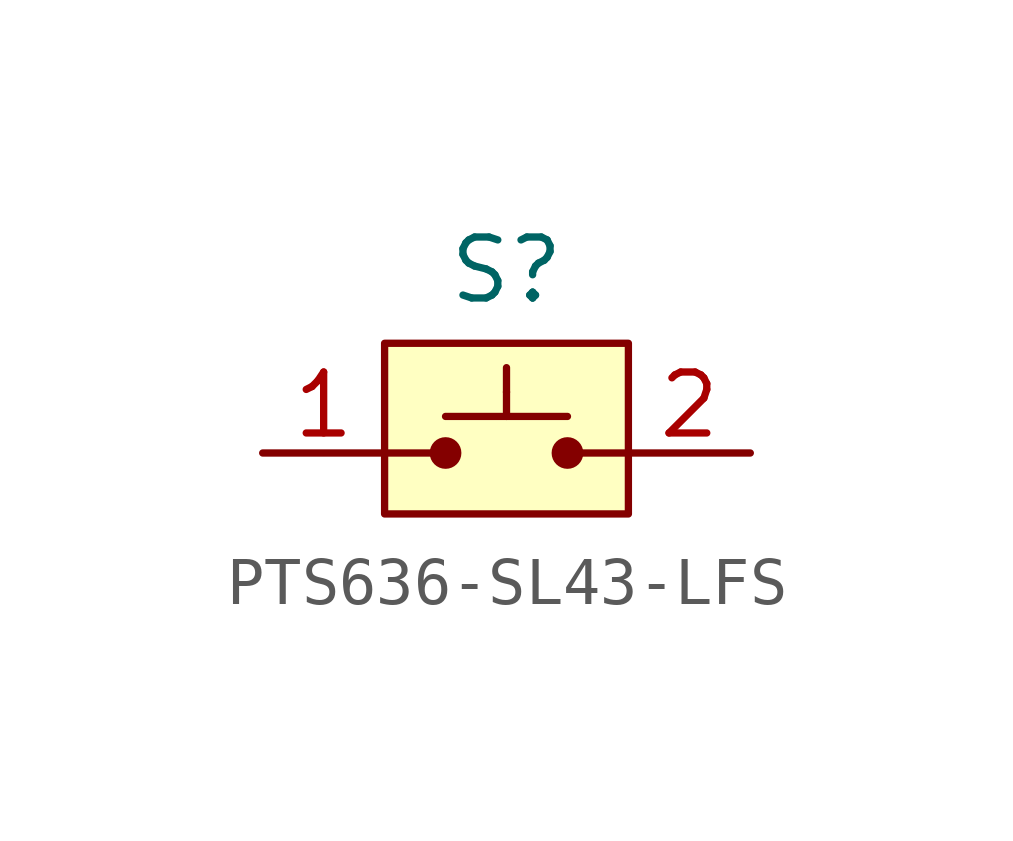
<source format=kicad_sym>
(kicad_symbol_lib
  (version 20231120)
  (generator "kicad_symbol_editor")
  (generator_version "8.0")
  (symbol "PTS636-SL43-LFS"
    (property "Reference" "S"
      (at 0 0 0)
      (effects (font (size 1.27 1.27))))
    (property "Value" ""
      (at 0 0 0)
      (effects (font (size 1.27 1.27))))
    (symbol "PTS636-SL43-LFS_0_1"
      (rectangle (start -2.54 -1.524) (end 2.54 -5.08) (stroke (width 0) (type default)) (fill (type background)))
      (circle (center -1.27 -3.81) (radius 0.254) (stroke (width 0) (type default)) (fill (type outline)))
      (polyline (pts (xy -2.54 -3.81) (xy -2.54 -3.81)) (stroke (width 0) (type default)) (fill (type none)))
      (polyline (pts (xy -2.54 -3.81) (xy -1.524 -3.81)) (stroke (width 0) (type default)) (fill (type none)))
      (polyline (pts (xy -1.27 -3.048) (xy 1.27 -3.048)) (stroke (width 0) (type default)) (fill (type none)))
      (polyline (pts (xy 0 -3.048) (xy 0 -2.54)) (stroke (width 0) (type default)) (fill (type none)))
      (polyline (pts (xy 0 -2.54) (xy 0 -2.032)) (stroke (width 0) (type default)) (fill (type none)))
      (polyline (pts (xy 2.54 -3.81) (xy 1.524 -3.81)) (stroke (width 0) (type default)) (fill (type none)))
      (circle (center 1.27 -3.81) (radius 0.254) (stroke (width 0) (type default)) (fill (type outline))))
    (symbol "PTS636-SL43-LFS_1_1"
      (pin unspecified line (at -5.08 -3.81 0) (length 2.54) (name "" (effects (font (size 1.27 1.27)))) (number "1" (effects (font (size 1.27 1.27)))))
      (pin unspecified line (at 5.08 -3.81 180) (length 2.54) (name "" (effects (font (size 1.27 1.27)))) (number "2" (effects (font (size 1.27 1.27))))))))
</source>
